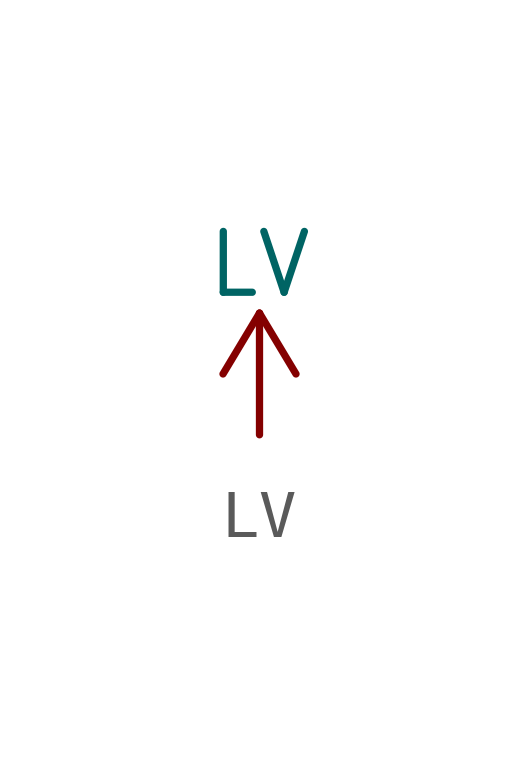
<source format=kicad_sym>
(kicad_symbol_lib
  (version 20241209)
  (generator "kicad_symbol_editor")
  (generator_version "9.0")
  (symbol "LV"
    (power)
    (pin_names
      (offset 0))
    (property "Reference" "#PWR"
      (at 0 -3.81 0)
      (effects (font (size 1.27 1.27)) (hide yes)))
    (property "Value" "LV"
      (at 0 3.556 0)
      (effects (font (size 1.27 1.27))))
    (symbol "LV_0_1"
      (polyline (pts (xy -0.762 1.27) (xy 0 2.54)) (stroke (width 0) (type solid)) (fill (type none)))
      (polyline (pts (xy 0 2.54) (xy 0.762 1.27)) (stroke (width 0) (type solid)) (fill (type none)))
      (polyline (pts (xy 0 0) (xy 0 2.54)) (stroke (width 0) (type solid)) (fill (type none))))
    (symbol "LV_1_1"
      (pin power_in line (at 0 0 90) (length 0) (hide yes) (name "LV" (effects (font (size 1.27 1.27)))) (number "1" (effects (font (size 1.27 1.27))))))))
</source>
